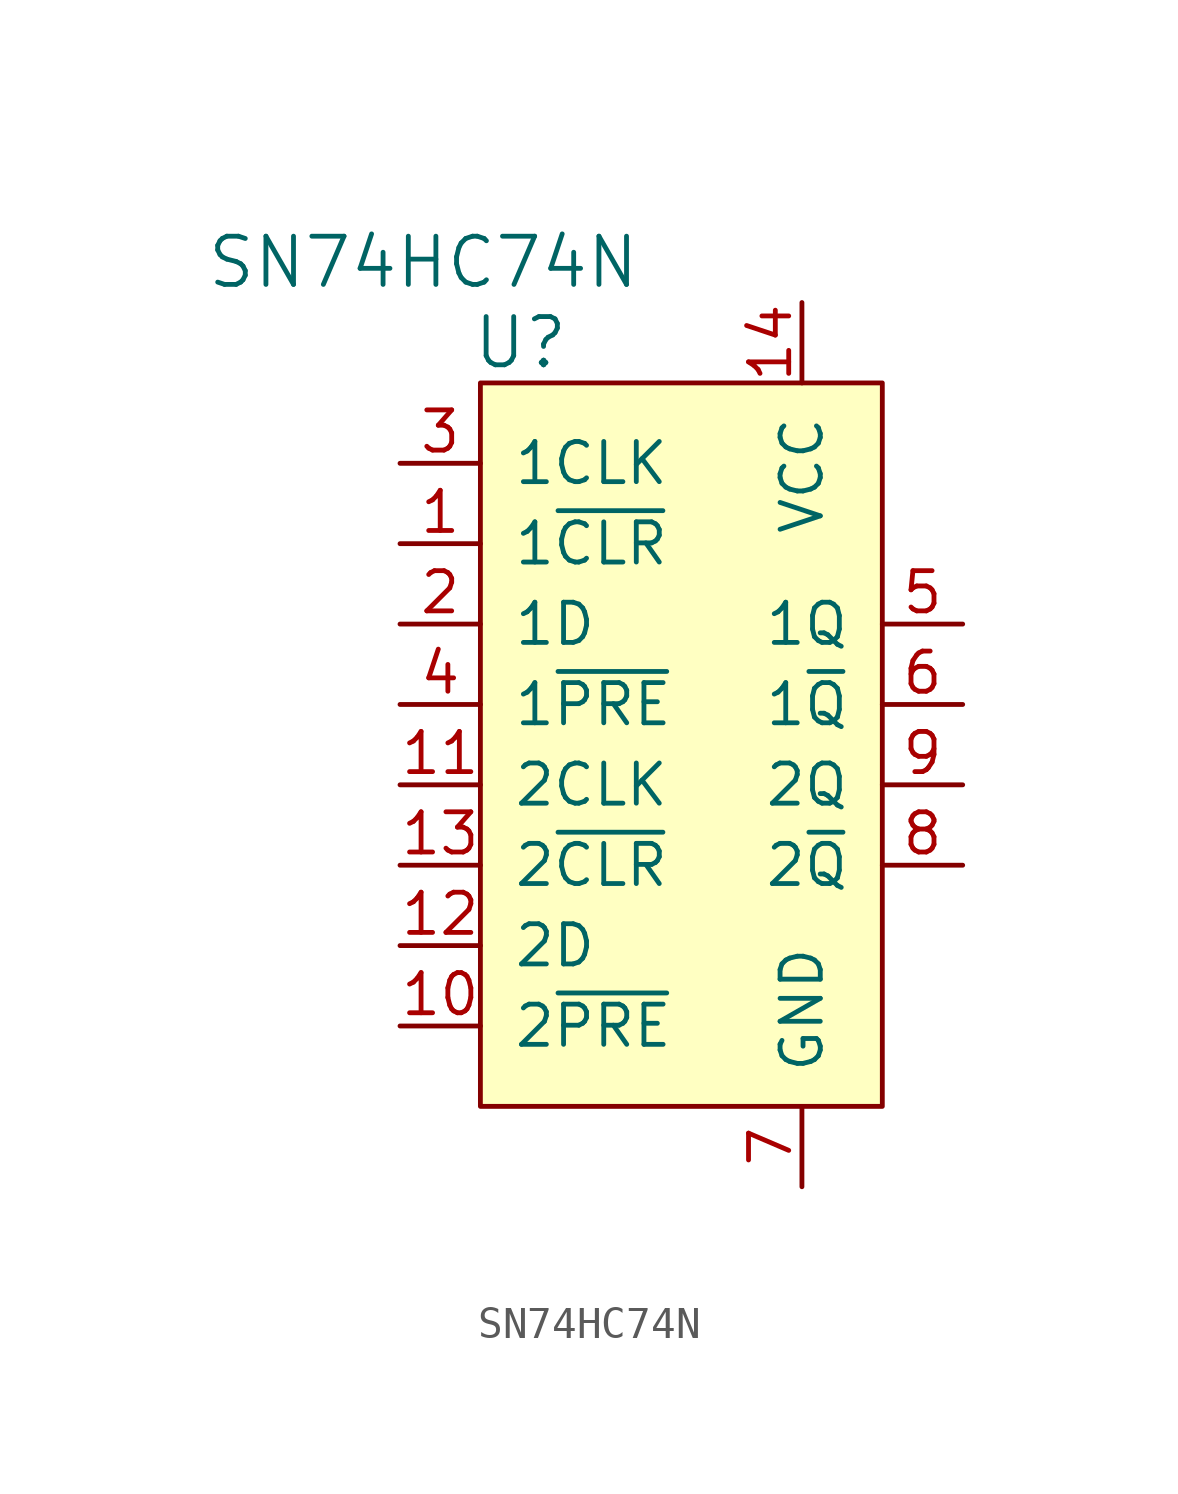
<source format=kicad_sym>
(kicad_symbol_lib
  (version 20211014)
  (generator kicad_symbol_editor)
  (symbol "SN74HC74N"
    (pin_names
      (offset 1.016))
    (property "Reference" "U"
      (at -6.35 11.43 0)
      (effects (font (size 1.524 1.524))))
    (property "Value" "SN74HC74N"
      (at -2.54 13.97 0)
      (effects (font (size 1.524 1.524)) (justify right)))
    (symbol "SN74HC74N_0_1"
      (rectangle (start -7.62 10.16) (end 5.08 -12.7) (stroke (width 0) (type default) (color 0 0 0 0)) (fill (type background))))
    (symbol "SN74HC74N_1_1"
      (pin input line (at -10.16 5.08 0) (length 2.54) (name "1~{CLR}" (effects (font (size 1.27 1.27)))) (number "1" (effects (font (size 1.27 1.27)))))
      (pin input line (at -10.16 -10.16 0) (length 2.54) (name "2~{PRE}" (effects (font (size 1.27 1.27)))) (number "10" (effects (font (size 1.27 1.27)))))
      (pin input line (at -10.16 -2.54 0) (length 2.54) (name "2CLK" (effects (font (size 1.27 1.27)))) (number "11" (effects (font (size 1.27 1.27)))))
      (pin input line (at -10.16 -7.62 0) (length 2.54) (name "2D" (effects (font (size 1.27 1.27)))) (number "12" (effects (font (size 1.27 1.27)))))
      (pin input line (at -10.16 -5.08 0) (length 2.54) (name "2~{CLR}" (effects (font (size 1.27 1.27)))) (number "13" (effects (font (size 1.27 1.27)))))
      (pin power_in line (at 2.54 12.7 270) (length 2.54) (name "VCC" (effects (font (size 1.27 1.27)))) (number "14" (effects (font (size 1.27 1.27)))))
      (pin input line (at -10.16 2.54 0) (length 2.54) (name "1D" (effects (font (size 1.27 1.27)))) (number "2" (effects (font (size 1.27 1.27)))))
      (pin input line (at -10.16 7.62 0) (length 2.54) (name "1CLK" (effects (font (size 1.27 1.27)))) (number "3" (effects (font (size 1.27 1.27)))))
      (pin input line (at -10.16 0 0) (length 2.54) (name "1~{PRE}" (effects (font (size 1.27 1.27)))) (number "4" (effects (font (size 1.27 1.27)))))
      (pin output line (at 7.62 2.54 180) (length 2.54) (name "1Q" (effects (font (size 1.27 1.27)))) (number "5" (effects (font (size 1.27 1.27)))))
      (pin output line (at 7.62 0 180) (length 2.54) (name "1~{Q}" (effects (font (size 1.27 1.27)))) (number "6" (effects (font (size 1.27 1.27)))))
      (pin power_in line (at 2.54 -15.24 90) (length 2.54) (name "GND" (effects (font (size 1.27 1.27)))) (number "7" (effects (font (size 1.27 1.27)))))
      (pin output line (at 7.62 -5.08 180) (length 2.54) (name "2~{Q}" (effects (font (size 1.27 1.27)))) (number "8" (effects (font (size 1.27 1.27)))))
      (pin output line (at 7.62 -2.54 180) (length 2.54) (name "2Q" (effects (font (size 1.27 1.27)))) (number "9" (effects (font (size 1.27 1.27))))))))
</source>
